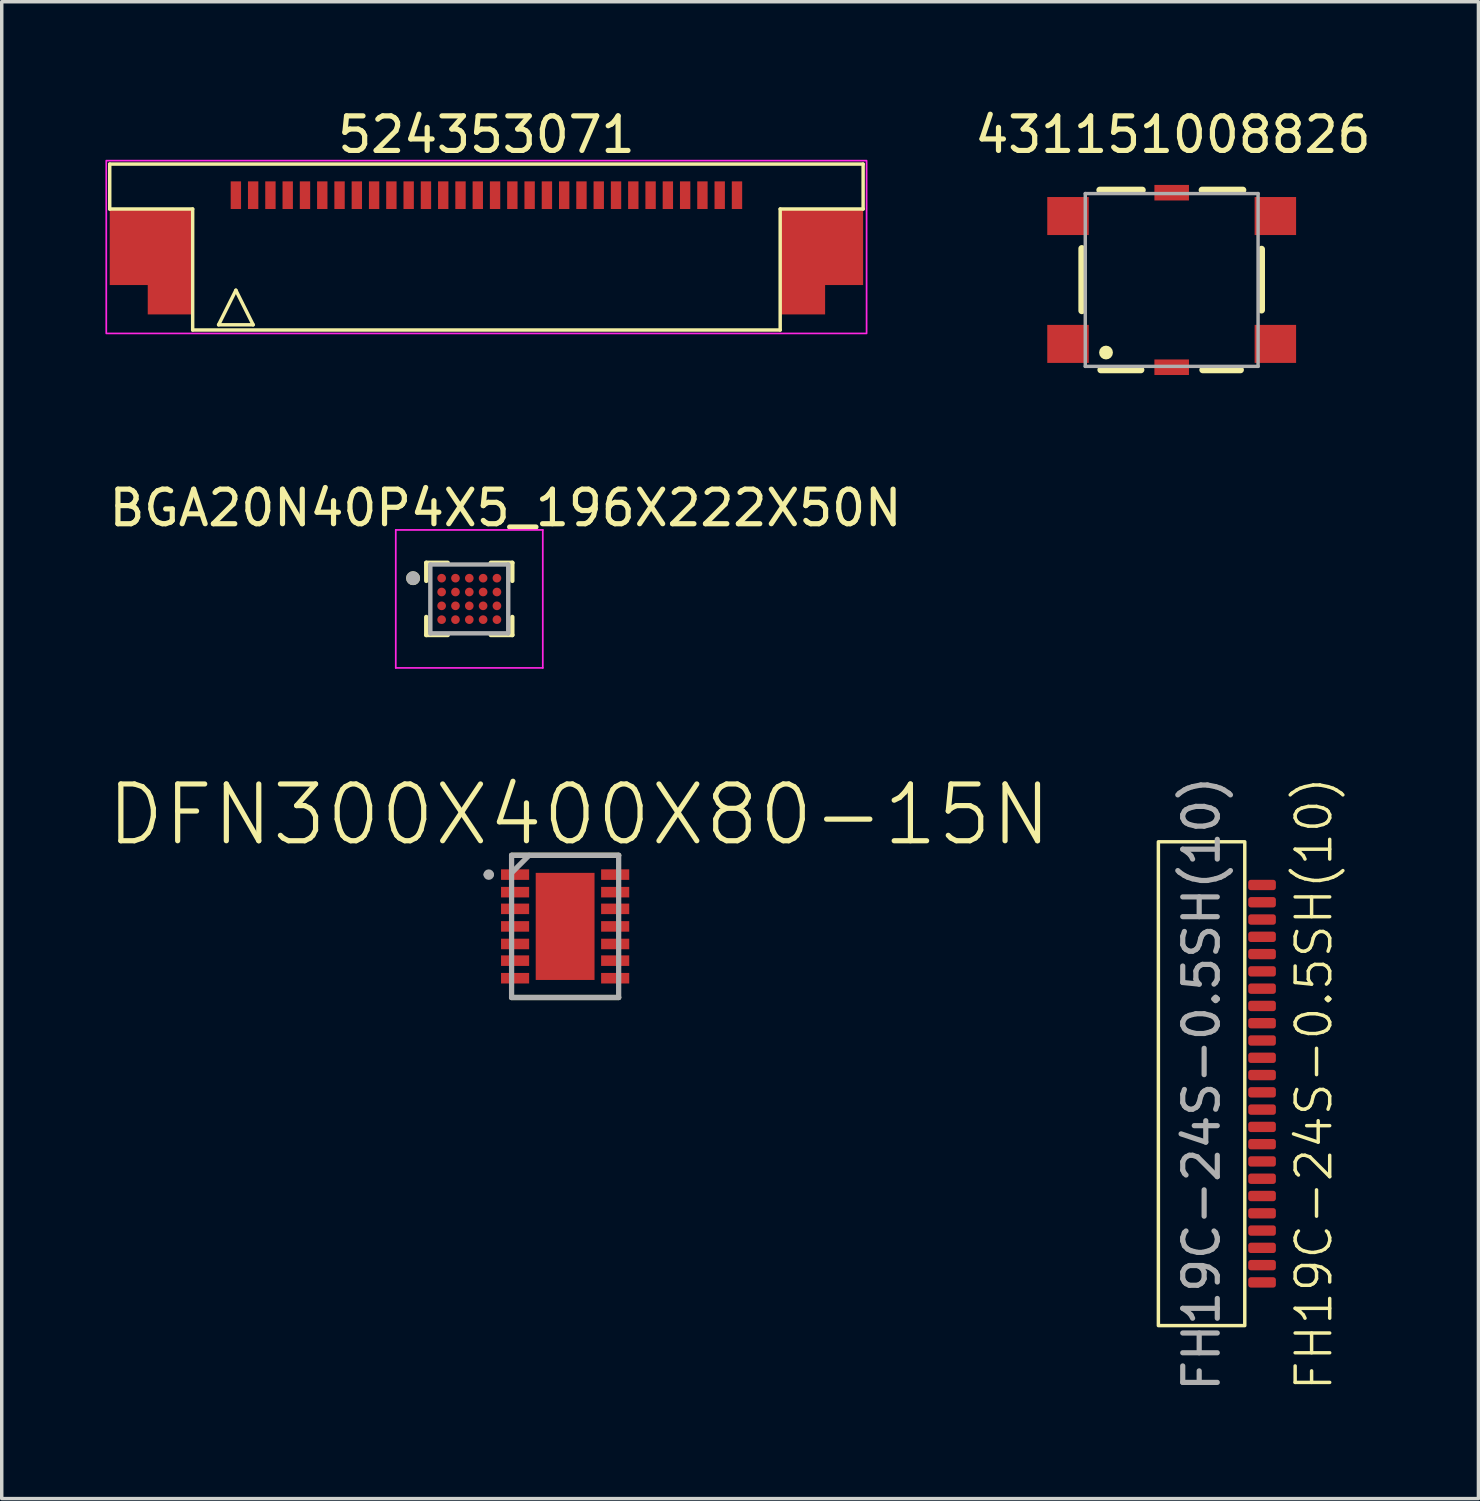
<source format=kicad_pcb>
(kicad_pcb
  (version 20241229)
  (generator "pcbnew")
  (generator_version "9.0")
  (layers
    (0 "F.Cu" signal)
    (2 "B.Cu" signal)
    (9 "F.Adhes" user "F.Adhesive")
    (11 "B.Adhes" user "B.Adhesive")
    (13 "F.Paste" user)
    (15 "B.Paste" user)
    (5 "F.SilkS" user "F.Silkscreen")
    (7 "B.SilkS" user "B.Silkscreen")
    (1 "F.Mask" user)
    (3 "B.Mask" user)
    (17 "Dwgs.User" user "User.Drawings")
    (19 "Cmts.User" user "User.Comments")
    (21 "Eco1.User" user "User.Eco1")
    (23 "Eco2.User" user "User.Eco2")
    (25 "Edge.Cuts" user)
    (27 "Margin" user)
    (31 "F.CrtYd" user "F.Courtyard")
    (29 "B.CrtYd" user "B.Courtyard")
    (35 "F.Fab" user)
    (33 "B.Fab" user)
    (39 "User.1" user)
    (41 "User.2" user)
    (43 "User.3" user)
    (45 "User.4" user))
  (footprint "DFN300X400X80-15N"
    (layer "F.Cu")
    (at 13.302 23.756)
    (property "Reference" "DFN300X400X80-15N" (at 0.407 -3.231 0) (layer "F.SilkS") (effects (font (size 1.643 1.643) (thickness 0.15))))
    (attr smd)
    (fp_line (start -1.549 2.057) (end 1.549 2.057) (stroke (width 0.152) (type solid)) (layer "F.SilkS"))
    (fp_line (start 1.549 -2.057) (end -1.549 -2.057) (stroke (width 0.152) (type solid)) (layer "F.SilkS"))
    (fp_arc (start -2.1844 -1.4224) (mid -2.281932 -1.4986) (end -2.1844 -1.5748) (stroke (width 0.1) (type solid)) (layer "F.SilkS"))
    (fp_line (start -1.549 -2.057) (end -1.549 2.057) (stroke (width 0.152) (type solid)) (layer "F.Fab"))
    (fp_line (start -1.549 2.057) (end 1.549 2.057) (stroke (width 0.152) (type solid)) (layer "F.Fab"))
    (fp_line (start -1.041 -2.057) (end -1.549 -1.549) (stroke (width 0.152) (type solid)) (layer "F.Fab"))
    (fp_line (start 1.549 -2.057) (end -1.549 -2.057) (stroke (width 0.152) (type solid)) (layer "F.Fab"))
    (fp_line (start 1.549 2.057) (end 1.549 -2.057) (stroke (width 0.152) (type solid)) (layer "F.Fab"))
    (fp_arc (start -2.286 -1.4986) (mid -2.2098 -1.5748) (end -2.1336 -1.4986) (stroke (width 0.1524) (type solid)) (layer "F.Fab"))
    (fp_arc (start -2.1336 -1.4986) (mid -2.2098 -1.4224) (end -2.286 -1.4986) (stroke (width 0.1524) (type solid)) (layer "F.Fab"))
    (pad "1" smd rect (at -1.448 -1.499) (size 0.813 0.305) (layers "F.Cu" "F.Mask" "F.Paste"))
    (pad "2" smd rect (at -1.448 -0.991) (size 0.813 0.305) (layers "F.Cu" "F.Mask" "F.Paste"))
    (pad "3" smd rect (at -1.448 -0.508) (size 0.813 0.305) (layers "F.Cu" "F.Mask" "F.Paste"))
    (pad "4" smd rect (at -1.448 0) (size 0.813 0.305) (layers "F.Cu" "F.Mask" "F.Paste"))
    (pad "5" smd rect (at -1.448 0.508) (size 0.813 0.305) (layers "F.Cu" "F.Mask" "F.Paste"))
    (pad "6" smd rect (at -1.448 0.991) (size 0.813 0.305) (layers "F.Cu" "F.Mask" "F.Paste"))
    (pad "7" smd rect (at -1.448 1.499) (size 0.813 0.305) (layers "F.Cu" "F.Mask" "F.Paste"))
    (pad "8" smd rect (at 1.448 1.499 180) (size 0.813 0.305) (layers "F.Cu" "F.Mask" "F.Paste"))
    (pad "9" smd rect (at 1.448 0.991 180) (size 0.813 0.305) (layers "F.Cu" "F.Mask" "F.Paste"))
    (pad "10" smd rect (at 1.448 0.508 180) (size 0.813 0.305) (layers "F.Cu" "F.Mask" "F.Paste"))
    (pad "11" smd rect (at 1.448 0 180) (size 0.813 0.305) (layers "F.Cu" "F.Mask" "F.Paste"))
    (pad "12" smd rect (at 1.448 -0.508 180) (size 0.813 0.305) (layers "F.Cu" "F.Mask" "F.Paste"))
    (pad "13" smd rect (at 1.448 -0.991 180) (size 0.813 0.305) (layers "F.Cu" "F.Mask" "F.Paste"))
    (pad "14" smd rect (at 1.448 -1.499 180) (size 0.813 0.305) (layers "F.Cu" "F.Mask" "F.Paste"))
    (pad "15" smd rect (at 0 0) (size 1.702 3.099) (layers "F.Cu" "F.Mask" "F.Paste")))
  (footprint "FH19C-24S-0.5SH(10)"
    (layer "F.Cu")
    (at 33.468 28.307)
    (property "Reference" "FH19C-24S-0.5SH(10)" (at 1.5 0 90) (unlocked yes) (layer "F.SilkS") (effects (font (size 1 1) (thickness 0.1))))
    (attr smd)
    (fp_rect (start -3 -7) (end -0.5 7) (stroke (width 0.1) (type default)) (fill no) (layer "F.SilkS"))
    (fp_text user "${REFERENCE}" (at -1.75 0 90) (unlocked yes) (layer "F.Fab") (effects (font (size 1 1) (thickness 0.15))))
    (pad "1" smd roundrect (at 0 -5.75) (size 0.8 0.3) (layers "F.Cu" "F.Mask" "F.Paste") (roundrect_rratio 0.25))
    (pad "2" smd roundrect (at 0 -5.25) (size 0.8 0.3) (layers "F.Cu" "F.Mask" "F.Paste") (roundrect_rratio 0.25))
    (pad "3" smd roundrect (at 0 -4.75) (size 0.8 0.3) (layers "F.Cu" "F.Mask" "F.Paste") (roundrect_rratio 0.25))
    (pad "4" smd roundrect (at 0 -4.25) (size 0.8 0.3) (layers "F.Cu" "F.Mask" "F.Paste") (roundrect_rratio 0.25))
    (pad "5" smd roundrect (at 0 -3.75) (size 0.8 0.3) (layers "F.Cu" "F.Mask" "F.Paste") (roundrect_rratio 0.25))
    (pad "6" smd roundrect (at 0 -3.25) (size 0.8 0.3) (layers "F.Cu" "F.Mask" "F.Paste") (roundrect_rratio 0.25))
    (pad "7" smd roundrect (at 0 -2.75) (size 0.8 0.3) (layers "F.Cu" "F.Mask" "F.Paste") (roundrect_rratio 0.25))
    (pad "8" smd roundrect (at 0 -2.25) (size 0.8 0.3) (layers "F.Cu" "F.Mask" "F.Paste") (roundrect_rratio 0.25))
    (pad "9" smd roundrect (at 0 -1.75) (size 0.8 0.3) (layers "F.Cu" "F.Mask" "F.Paste") (roundrect_rratio 0.25))
    (pad "10" smd roundrect (at 0 -1.25) (size 0.8 0.3) (layers "F.Cu" "F.Mask" "F.Paste") (roundrect_rratio 0.25))
    (pad "11" smd roundrect (at 0 -0.75) (size 0.8 0.3) (layers "F.Cu" "F.Mask" "F.Paste") (roundrect_rratio 0.25))
    (pad "12" smd roundrect (at 0 -0.25) (size 0.8 0.3) (layers "F.Cu" "F.Mask" "F.Paste") (roundrect_rratio 0.25))
    (pad "13" smd roundrect (at 0 0.25) (size 0.8 0.3) (layers "F.Cu" "F.Mask" "F.Paste") (roundrect_rratio 0.25))
    (pad "14" smd roundrect (at 0 0.75) (size 0.8 0.3) (layers "F.Cu" "F.Mask" "F.Paste") (roundrect_rratio 0.25))
    (pad "15" smd roundrect (at 0 1.25) (size 0.8 0.3) (layers "F.Cu" "F.Mask" "F.Paste") (roundrect_rratio 0.25))
    (pad "16" smd roundrect (at 0 1.75) (size 0.8 0.3) (layers "F.Cu" "F.Mask" "F.Paste") (roundrect_rratio 0.25))
    (pad "17" smd roundrect (at 0 2.25) (size 0.8 0.3) (layers "F.Cu" "F.Mask" "F.Paste") (roundrect_rratio 0.25))
    (pad "18" smd roundrect (at 0 2.75) (size 0.8 0.3) (layers "F.Cu" "F.Mask" "F.Paste") (roundrect_rratio 0.25))
    (pad "19" smd roundrect (at 0 3.25) (size 0.8 0.3) (layers "F.Cu" "F.Mask" "F.Paste") (roundrect_rratio 0.25))
    (pad "20" smd roundrect (at 0 3.75) (size 0.8 0.3) (layers "F.Cu" "F.Mask" "F.Paste") (roundrect_rratio 0.25))
    (pad "21" smd roundrect (at 0 4.25) (size 0.8 0.3) (layers "F.Cu" "F.Mask" "F.Paste") (roundrect_rratio 0.25))
    (pad "22" smd roundrect (at 0 4.75) (size 0.8 0.3) (layers "F.Cu" "F.Mask" "F.Paste") (roundrect_rratio 0.25))
    (pad "23" smd roundrect (at 0 5.25) (size 0.8 0.3) (layers "F.Cu" "F.Mask" "F.Paste") (roundrect_rratio 0.25))
    (pad "24" smd roundrect (at 0 5.75) (size 0.8 0.3) (layers "F.Cu" "F.Mask" "F.Paste") (roundrect_rratio 0.25)))
  (footprint "524353071"
    (layer "F.Cu")
    (at 11.025 2.598)
    (property "Reference" "524353071" (at 0 -1.75 0) (unlocked yes) (layer "F.SilkS") (effects (font (size 1 1) (thickness 0.15))))
    (attr smd)
    (fp_poly (pts (xy -9.8 2.6) (xy -10.9 2.6) (xy -10.9 0.4) (xy -8.5 0.4) (xy -8.5 3.45) (xy -9.8 3.45)) (stroke (width 0) (type solid)) (fill yes) (layer "F.Cu"))
    (fp_poly (pts (xy 9.8 2.6) (xy 10.9 2.6) (xy 10.9 0.4) (xy 8.5 0.4) (xy 8.5 3.45) (xy 9.8 3.45)) (stroke (width 0) (type solid)) (fill yes) (layer "F.Cu"))
    (fp_line (start -10.9 -0.9) (end 10.9 -0.9) (stroke (width 0.1) (type default)) (layer "F.SilkS"))
    (fp_line (start -10.9 0.4) (end -10.9 -0.9) (stroke (width 0.1) (type default)) (layer "F.SilkS"))
    (fp_line (start -8.5 0.4) (end -10.9 0.4) (stroke (width 0.1) (type default)) (layer "F.SilkS"))
    (fp_line (start -8.5 3.9) (end -8.5 0.4) (stroke (width 0.1) (type default)) (layer "F.SilkS"))
    (fp_line (start -8.5 3.9) (end 8.5 3.9) (stroke (width 0.1) (type default)) (layer "F.SilkS"))
    (fp_line (start -7.75 3.75) (end -6.75 3.75) (stroke (width 0.1) (type default)) (layer "F.SilkS"))
    (fp_line (start -7.25 2.75) (end -7.75 3.75) (stroke (width 0.1) (type default)) (layer "F.SilkS"))
    (fp_line (start -6.75 3.75) (end -7.25 2.75) (stroke (width 0.1) (type default)) (layer "F.SilkS"))
    (fp_line (start 8.5 0.4) (end 10.9 0.4) (stroke (width 0.1) (type default)) (layer "F.SilkS"))
    (fp_line (start 8.5 3.9) (end 8.5 0.4) (stroke (width 0.1) (type default)) (layer "F.SilkS"))
    (fp_line (start 10.9 0.4) (end 10.9 -0.9) (stroke (width 0.1) (type default)) (layer "F.SilkS"))
    (fp_rect (start -11 -1) (end 11 4) (stroke (width 0.05) (type default)) (fill no) (layer "F.CrtYd"))
    (pad "1" smd rect (at -7.25 0) (size 0.3 0.8) (layers "F.Cu" "F.Mask" "F.Paste"))
    (pad "2" smd rect (at -6.75 0) (size 0.3 0.8) (layers "F.Cu" "F.Mask" "F.Paste"))
    (pad "3" smd rect (at -6.25 0) (size 0.3 0.8) (layers "F.Cu" "F.Mask" "F.Paste"))
    (pad "4" smd rect (at -5.75 0) (size 0.3 0.8) (layers "F.Cu" "F.Mask" "F.Paste"))
    (pad "5" smd rect (at -5.25 0) (size 0.3 0.8) (layers "F.Cu" "F.Mask" "F.Paste"))
    (pad "6" smd rect (at -4.75 0) (size 0.3 0.8) (layers "F.Cu" "F.Mask" "F.Paste"))
    (pad "7" smd rect (at -4.25 0) (size 0.3 0.8) (layers "F.Cu" "F.Mask" "F.Paste"))
    (pad "8" smd rect (at -3.75 0) (size 0.3 0.8) (layers "F.Cu" "F.Mask" "F.Paste"))
    (pad "9" smd rect (at -3.25 0) (size 0.3 0.8) (layers "F.Cu" "F.Mask" "F.Paste"))
    (pad "10" smd rect (at -2.75 0) (size 0.3 0.8) (layers "F.Cu" "F.Mask" "F.Paste"))
    (pad "11" smd rect (at -2.25 0) (size 0.3 0.8) (layers "F.Cu" "F.Mask" "F.Paste"))
    (pad "12" smd rect (at -1.75 0) (size 0.3 0.8) (layers "F.Cu" "F.Mask" "F.Paste"))
    (pad "13" smd rect (at -1.25 0) (size 0.3 0.8) (layers "F.Cu" "F.Mask" "F.Paste"))
    (pad "14" smd rect (at -0.75 0) (size 0.3 0.8) (layers "F.Cu" "F.Mask" "F.Paste"))
    (pad "15" smd rect (at -0.25 0) (size 0.3 0.8) (layers "F.Cu" "F.Mask" "F.Paste"))
    (pad "16" smd rect (at 0.25 0) (size 0.3 0.8) (layers "F.Cu" "F.Mask" "F.Paste"))
    (pad "17" smd rect (at 0.75 0) (size 0.3 0.8) (layers "F.Cu" "F.Mask" "F.Paste"))
    (pad "18" smd rect (at 1.25 0) (size 0.3 0.8) (layers "F.Cu" "F.Mask" "F.Paste"))
    (pad "19" smd rect (at 1.75 0) (size 0.3 0.8) (layers "F.Cu" "F.Mask" "F.Paste"))
    (pad "20" smd rect (at 2.25 0) (size 0.3 0.8) (layers "F.Cu" "F.Mask" "F.Paste"))
    (pad "21" smd rect (at 2.75 0) (size 0.3 0.8) (layers "F.Cu" "F.Mask" "F.Paste"))
    (pad "22" smd rect (at 3.25 0) (size 0.3 0.8) (layers "F.Cu" "F.Mask" "F.Paste"))
    (pad "23" smd rect (at 3.75 0) (size 0.3 0.8) (layers "F.Cu" "F.Mask" "F.Paste"))
    (pad "24" smd rect (at 4.25 0) (size 0.3 0.8) (layers "F.Cu" "F.Mask" "F.Paste"))
    (pad "25" smd rect (at 4.75 0) (size 0.3 0.8) (layers "F.Cu" "F.Mask" "F.Paste"))
    (pad "26" smd rect (at 5.25 0) (size 0.3 0.8) (layers "F.Cu" "F.Mask" "F.Paste"))
    (pad "27" smd rect (at 5.75 0) (size 0.3 0.8) (layers "F.Cu" "F.Mask" "F.Paste"))
    (pad "28" smd rect (at 6.25 0) (size 0.3 0.8) (layers "F.Cu" "F.Mask" "F.Paste"))
    (pad "29" smd rect (at 6.75 0) (size 0.3 0.8) (layers "F.Cu" "F.Mask" "F.Paste"))
    (pad "30" smd rect (at 7.25 0) (size 0.3 0.8) (layers "F.Cu" "F.Mask" "F.Paste")))
  (footprint "431151008826"
    (layer "F.Cu")
    (at 30.853 5.051)
    (property "Reference" "431151008826" (at 0.036 -4.203 0) (layer "F.SilkS") (effects (font (size 1 1) (thickness 0.15))))
    (attr smd)
    (fp_line (start -2.6 -0.91) (end -2.6 0.89) (stroke (width 0.2) (type solid)) (layer "F.SilkS"))
    (fp_line (start -2.05 2.6) (end -0.89 2.6) (stroke (width 0.2) (type solid)) (layer "F.SilkS"))
    (fp_line (start -0.85 -2.6) (end -2.08 -2.6) (stroke (width 0.2) (type solid)) (layer "F.SilkS"))
    (fp_line (start 0.88 -2.6) (end 2.06 -2.6) (stroke (width 0.2) (type solid)) (layer "F.SilkS"))
    (fp_line (start 1.99 2.6) (end 0.9 2.6) (stroke (width 0.2) (type solid)) (layer "F.SilkS"))
    (fp_line (start 2.6 -0.89) (end 2.6 0.87) (stroke (width 0.2) (type solid)) (layer "F.SilkS"))
    (fp_circle (center -1.9 2.1) (end -1.8 2.1) (stroke (width 0.2) (type solid)) (fill no) (layer "F.SilkS"))
    (fp_line (start -2.5 -2.5) (end 2.5 -2.5) (stroke (width 0.1) (type solid)) (layer "F.Fab"))
    (fp_line (start -2.5 2.5) (end -2.5 -2.5) (stroke (width 0.1) (type solid)) (layer "F.Fab"))
    (fp_line (start 2.5 -2.5) (end 2.5 2.5) (stroke (width 0.1) (type solid)) (layer "F.Fab"))
    (fp_line (start 2.5 2.5) (end -2.5 2.5) (stroke (width 0.1) (type solid)) (layer "F.Fab"))
    (pad "1" smd rect (at -3 1.85) (size 1.2 1.1) (layers "F.Cu" "F.Mask" "F.Paste"))
    (pad "2" smd rect (at -3 -1.85) (size 1.2 1.1) (layers "F.Cu" "F.Mask" "F.Paste"))
    (pad "3" smd rect (at 3 1.85) (size 1.2 1.1) (layers "F.Cu" "F.Mask" "F.Paste"))
    (pad "4" smd rect (at 3 -1.85) (size 1.2 1.1) (layers "F.Cu" "F.Mask" "F.Paste"))
    (pad "GND1" smd rect (at 0 -2.525) (size 1 0.45) (layers "F.Cu" "F.Mask" "F.Paste"))
    (pad "GND2" smd rect (at 0 2.525) (size 1 0.45) (layers "F.Cu" "F.Mask" "F.Paste")))
  (footprint "BGA20N40P4X5_196X222X50N"
    (layer "F.Cu")
    (at 10.529 14.28)
    (property "Reference" "BGA20N40P4X5_196X222X50N" (at 1.048 -2.631 0) (layer "F.SilkS") (effects (font (size 1 1) (thickness 0.15))))
    (attr smd)
    (fp_line (start -1.245 -1.045) (end -1.245 -0.522) (stroke (width 0.127) (type solid)) (layer "F.SilkS"))
    (fp_line (start -1.245 -1.045) (end -0.623 -1.045) (stroke (width 0.127) (type solid)) (layer "F.SilkS"))
    (fp_line (start -1.245 1.045) (end -1.245 0.522) (stroke (width 0.127) (type solid)) (layer "F.SilkS"))
    (fp_line (start -1.245 1.045) (end -0.623 1.045) (stroke (width 0.127) (type solid)) (layer "F.SilkS"))
    (fp_line (start 1.245 -1.045) (end 0.623 -1.045) (stroke (width 0.127) (type solid)) (layer "F.SilkS"))
    (fp_line (start 1.245 -1.045) (end 1.245 -0.522) (stroke (width 0.127) (type solid)) (layer "F.SilkS"))
    (fp_line (start 1.245 1.045) (end 0.623 1.045) (stroke (width 0.127) (type solid)) (layer "F.SilkS"))
    (fp_line (start 1.245 1.045) (end 1.245 0.522) (stroke (width 0.127) (type solid)) (layer "F.SilkS"))
    (fp_circle (center -1.627 -0.6) (end -1.526 -0.6) (stroke (width 0.2) (type solid)) (fill no) (layer "F.SilkS"))
    (fp_line (start -2.127 -1.996) (end 2.127 -1.996) (stroke (width 0.05) (type solid)) (layer "F.CrtYd"))
    (fp_line (start -2.127 1.996) (end -2.127 -1.996) (stroke (width 0.05) (type solid)) (layer "F.CrtYd"))
    (fp_line (start -2.127 1.996) (end 2.127 1.996) (stroke (width 0.05) (type solid)) (layer "F.CrtYd"))
    (fp_line (start 2.127 1.996) (end 2.127 -1.996) (stroke (width 0.05) (type solid)) (layer "F.CrtYd"))
    (fp_line (start -1.127 0.996) (end -1.127 -0.996) (stroke (width 0.127) (type solid)) (layer "F.Fab"))
    (fp_line (start 1.127 -0.996) (end -1.127 -0.996) (stroke (width 0.127) (type solid)) (layer "F.Fab"))
    (fp_line (start 1.127 0.996) (end -1.127 0.996) (stroke (width 0.127) (type solid)) (layer "F.Fab"))
    (fp_line (start 1.127 0.996) (end 1.127 -0.996) (stroke (width 0.127) (type solid)) (layer "F.Fab"))
    (fp_circle (center -1.627 -0.6) (end -1.526 -0.6) (stroke (width 0.2) (type solid)) (fill no) (layer "F.Fab"))
    (pad "A1" smd circle (at -0.8 -0.6) (size 0.25 0.25) (layers "F.Cu" "F.Mask" "F.Paste"))
    (pad "A2" smd circle (at -0.4 -0.6) (size 0.25 0.25) (layers "F.Cu" "F.Mask" "F.Paste"))
    (pad "A3" smd circle (at 0 -0.6) (size 0.25 0.25) (layers "F.Cu" "F.Mask" "F.Paste"))
    (pad "A4" smd circle (at 0.4 -0.6) (size 0.25 0.25) (layers "F.Cu" "F.Mask" "F.Paste"))
    (pad "A5" smd circle (at 0.8 -0.6) (size 0.25 0.25) (layers "F.Cu" "F.Mask" "F.Paste"))
    (pad "B1" smd circle (at -0.8 -0.2) (size 0.25 0.25) (layers "F.Cu" "F.Mask" "F.Paste"))
    (pad "B2" smd circle (at -0.4 -0.2) (size 0.25 0.25) (layers "F.Cu" "F.Mask" "F.Paste"))
    (pad "B3" smd circle (at 0 -0.2) (size 0.25 0.25) (layers "F.Cu" "F.Mask" "F.Paste"))
    (pad "B4" smd circle (at 0.4 -0.2) (size 0.25 0.25) (layers "F.Cu" "F.Mask" "F.Paste"))
    (pad "B5" smd circle (at 0.8 -0.2) (size 0.25 0.25) (layers "F.Cu" "F.Mask" "F.Paste"))
    (pad "C1" smd circle (at -0.8 0.2) (size 0.25 0.25) (layers "F.Cu" "F.Mask" "F.Paste"))
    (pad "C2" smd circle (at -0.4 0.2) (size 0.25 0.25) (layers "F.Cu" "F.Mask" "F.Paste"))
    (pad "C3" smd circle (at 0 0.2) (size 0.25 0.25) (layers "F.Cu" "F.Mask" "F.Paste"))
    (pad "C4" smd circle (at 0.4 0.2) (size 0.25 0.25) (layers "F.Cu" "F.Mask" "F.Paste"))
    (pad "C5" smd circle (at 0.8 0.2) (size 0.25 0.25) (layers "F.Cu" "F.Mask" "F.Paste"))
    (pad "D1" smd circle (at -0.8 0.6) (size 0.25 0.25) (layers "F.Cu" "F.Mask" "F.Paste"))
    (pad "D2" smd circle (at -0.4 0.6) (size 0.25 0.25) (layers "F.Cu" "F.Mask" "F.Paste"))
    (pad "D3" smd circle (at 0 0.6) (size 0.25 0.25) (layers "F.Cu" "F.Mask" "F.Paste"))
    (pad "D4" smd circle (at 0.4 0.6) (size 0.25 0.25) (layers "F.Cu" "F.Mask" "F.Paste"))
    (pad "D5" smd circle (at 0.8 0.6) (size 0.25 0.25) (layers "F.Cu" "F.Mask" "F.Paste")))
  (gr_rect
    (start -3 -3)
    (end 39.729 40.313)
    (stroke (width 0.1) (type default))
    (fill no)
    (layer "Edge.Cuts")))
</source>
